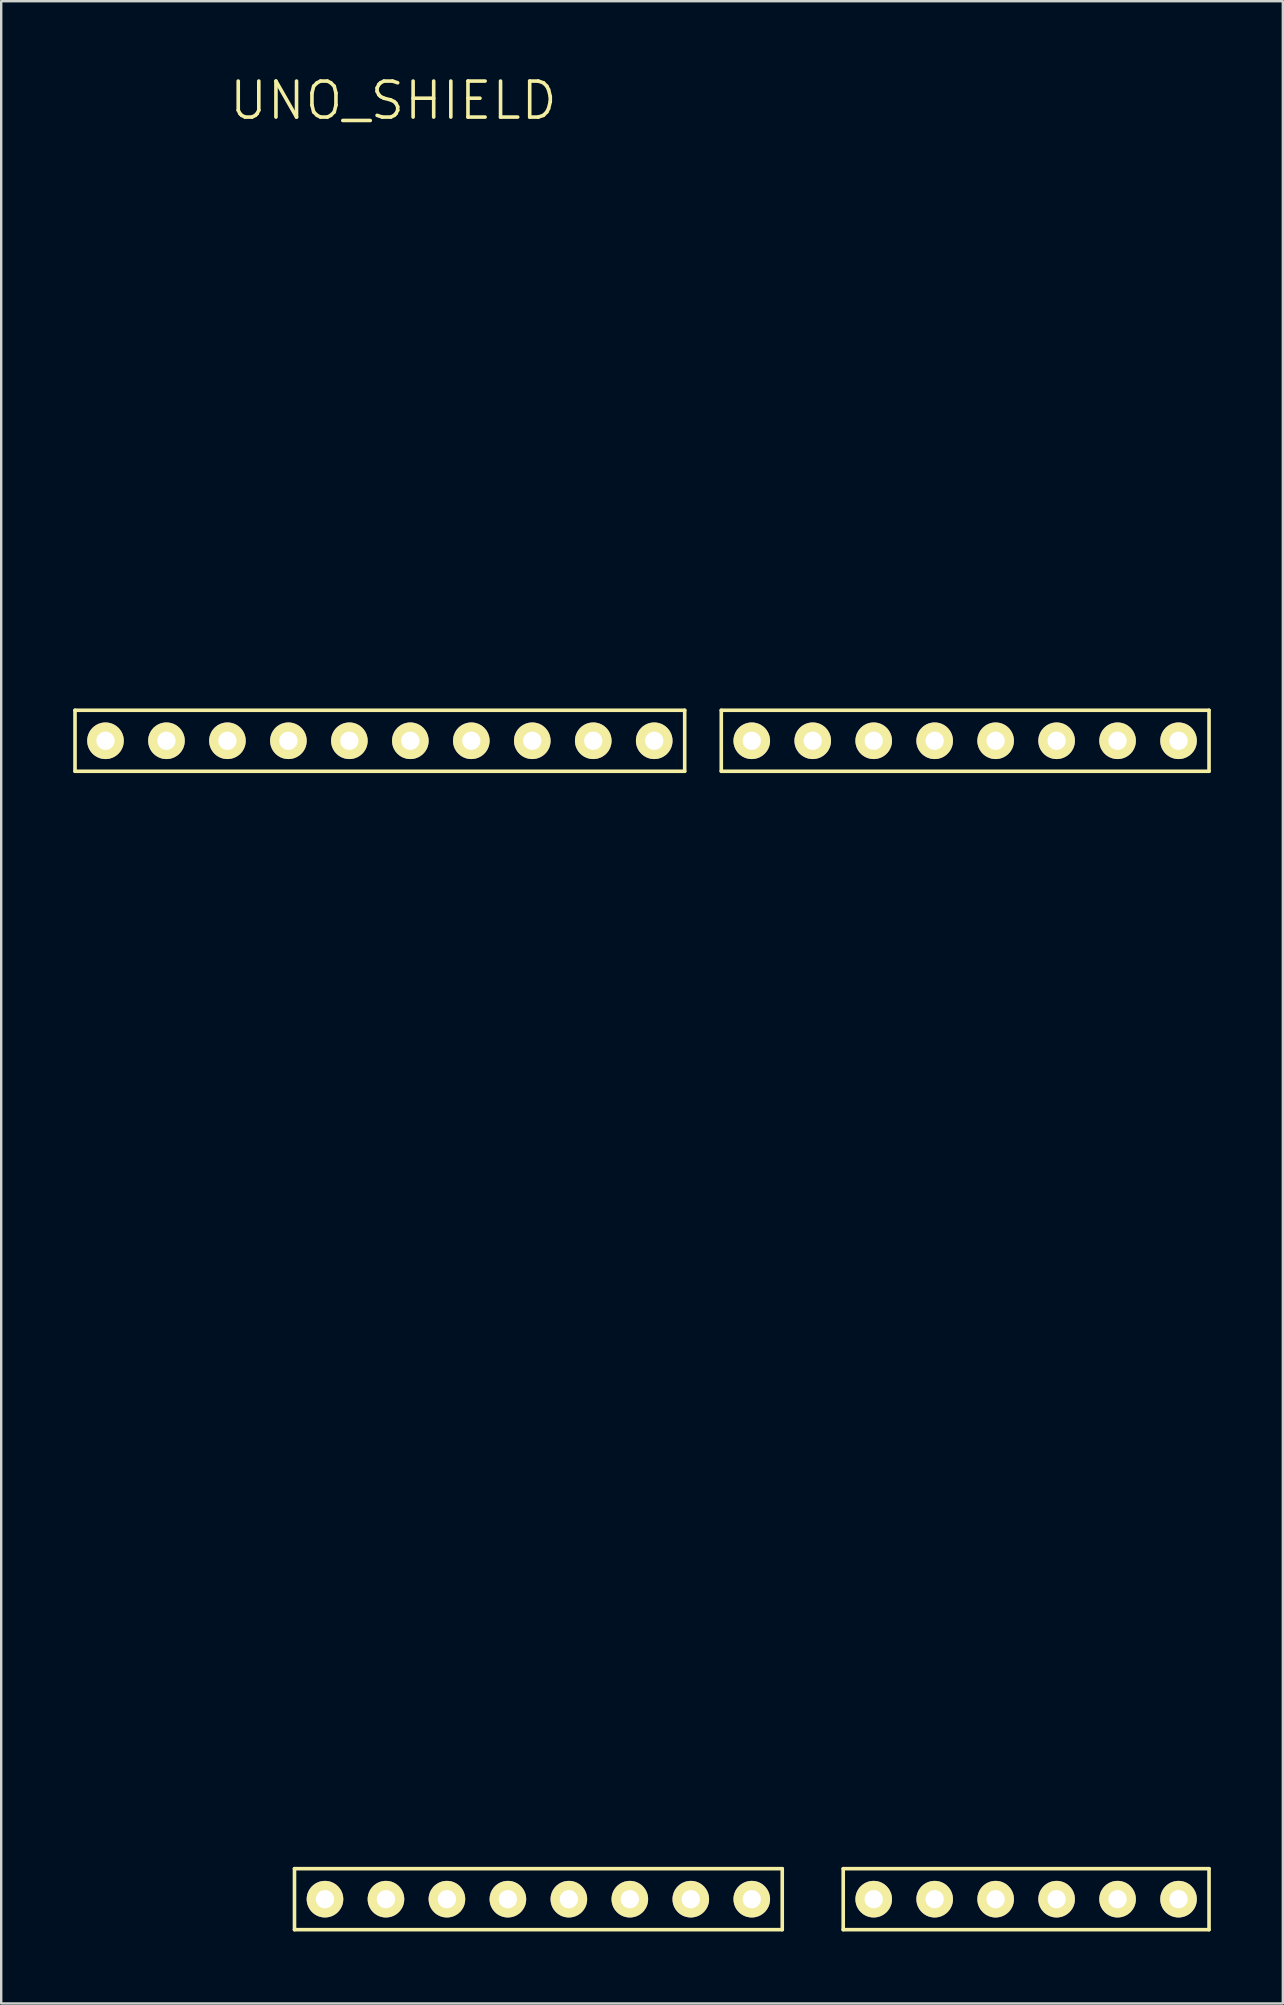
<source format=kicad_pcb>
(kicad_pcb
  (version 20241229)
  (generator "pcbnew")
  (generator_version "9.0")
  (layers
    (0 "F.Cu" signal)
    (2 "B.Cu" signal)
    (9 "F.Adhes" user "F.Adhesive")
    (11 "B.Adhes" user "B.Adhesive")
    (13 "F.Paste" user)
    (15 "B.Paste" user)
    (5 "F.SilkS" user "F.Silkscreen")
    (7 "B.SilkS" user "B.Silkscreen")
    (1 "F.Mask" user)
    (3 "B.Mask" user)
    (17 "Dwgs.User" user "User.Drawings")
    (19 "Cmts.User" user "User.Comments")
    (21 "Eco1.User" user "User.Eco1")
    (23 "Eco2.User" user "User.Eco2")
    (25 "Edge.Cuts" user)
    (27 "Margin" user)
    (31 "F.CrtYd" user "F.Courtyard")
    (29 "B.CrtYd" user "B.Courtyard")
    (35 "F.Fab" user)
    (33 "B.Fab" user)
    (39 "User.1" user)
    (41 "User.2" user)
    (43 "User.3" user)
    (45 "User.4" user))
  (footprint "UNO_SHIELD"
    (layer "F.Cu")
    (at 16.839 51.941)
    (property "Reference" "UNO_SHIELD" (at -3.5 -50.8 0) (layer "F.SilkS") (effects (font (size 1.5 1.5) (thickness 0.15))))
    (attr through_hole)
    (fp_line (start -16.764 -25.4) (end 8.636 -25.4) (stroke (width 0.15) (type solid)) (layer "F.SilkS"))
    (fp_line (start -16.764 -22.86) (end -16.764 -25.4) (stroke (width 0.15) (type solid)) (layer "F.SilkS"))
    (fp_line (start -7.62 22.86) (end 12.7 22.86) (stroke (width 0.15) (type solid)) (layer "F.SilkS"))
    (fp_line (start -7.62 25.4) (end -7.62 22.86) (stroke (width 0.15) (type solid)) (layer "F.SilkS"))
    (fp_line (start 8.636 -25.4) (end 8.636 -22.86) (stroke (width 0.15) (type solid)) (layer "F.SilkS"))
    (fp_line (start 8.636 -22.86) (end -16.764 -22.86) (stroke (width 0.15) (type solid)) (layer "F.SilkS"))
    (fp_line (start 10.16 -25.4) (end 30.48 -25.4) (stroke (width 0.15) (type solid)) (layer "F.SilkS"))
    (fp_line (start 10.16 -22.86) (end 10.16 -25.4) (stroke (width 0.15) (type solid)) (layer "F.SilkS"))
    (fp_line (start 12.7 22.86) (end 12.7 25.4) (stroke (width 0.15) (type solid)) (layer "F.SilkS"))
    (fp_line (start 12.7 25.4) (end -7.62 25.4) (stroke (width 0.15) (type solid)) (layer "F.SilkS"))
    (fp_line (start 15.24 22.86) (end 30.48 22.86) (stroke (width 0.15) (type solid)) (layer "F.SilkS"))
    (fp_line (start 15.24 25.4) (end 15.24 22.86) (stroke (width 0.15) (type solid)) (layer "F.SilkS"))
    (fp_line (start 30.48 -25.4) (end 30.48 -22.86) (stroke (width 0.15) (type solid)) (layer "F.SilkS"))
    (fp_line (start 30.48 -22.86) (end 10.16 -22.86) (stroke (width 0.15) (type solid)) (layer "F.SilkS"))
    (fp_line (start 30.48 22.86) (end 30.48 25.4) (stroke (width 0.15) (type solid)) (layer "F.SilkS"))
    (fp_line (start 30.48 25.4) (end 15.24 25.4) (stroke (width 0.15) (type solid)) (layer "F.SilkS"))
    (pad "0" thru_hole circle (at 29.21 -24.13) (size 1.524 1.524) (drill 0.762) (layers "*.Cu" "*.Mask" "F.SilkS"))
    (pad "1" thru_hole circle (at 26.67 -24.13) (size 1.524 1.524) (drill 0.762) (layers "*.Cu" "*.Mask" "F.SilkS"))
    (pad "2" thru_hole circle (at 24.13 -24.13) (size 1.524 1.524) (drill 0.762) (layers "*.Cu" "*.Mask" "F.SilkS"))
    (pad "3" thru_hole circle (at 21.59 -24.13) (size 1.524 1.524) (drill 0.762) (layers "*.Cu" "*.Mask" "F.SilkS"))
    (pad "3V3" thru_hole circle (at 1.27 24.13) (size 1.524 1.524) (drill 0.762) (layers "*.Cu" "*.Mask" "F.SilkS"))
    (pad "4" thru_hole circle (at 19.05 -24.13) (size 1.524 1.524) (drill 0.762) (layers "*.Cu" "*.Mask" "F.SilkS"))
    (pad "5" thru_hole circle (at 16.51 -24.13) (size 1.524 1.524) (drill 0.762) (layers "*.Cu" "*.Mask" "F.SilkS"))
    (pad "5V" thru_hole circle (at 3.81 24.13) (size 1.524 1.524) (drill 0.762) (layers "*.Cu" "*.Mask" "F.SilkS"))
    (pad "6" thru_hole circle (at 13.97 -24.13) (size 1.524 1.524) (drill 0.762) (layers "*.Cu" "*.Mask" "F.SilkS"))
    (pad "7" thru_hole circle (at 11.43 -24.13) (size 1.524 1.524) (drill 0.762) (layers "*.Cu" "*.Mask" "F.SilkS"))
    (pad "8" thru_hole circle (at 7.366 -24.13) (size 1.524 1.524) (drill 0.762) (layers "*.Cu" "*.Mask" "F.SilkS"))
    (pad "9" thru_hole circle (at 4.826 -24.13) (size 1.524 1.524) (drill 0.762) (layers "*.Cu" "*.Mask" "F.SilkS"))
    (pad "10" thru_hole circle (at 2.286 -24.13) (size 1.524 1.524) (drill 0.762) (layers "*.Cu" "*.Mask" "F.SilkS"))
    (pad "11" thru_hole circle (at -0.254 -24.13) (size 1.524 1.524) (drill 0.762) (layers "*.Cu" "*.Mask" "F.SilkS"))
    (pad "12" thru_hole circle (at -2.794 -24.13) (size 1.524 1.524) (drill 0.762) (layers "*.Cu" "*.Mask" "F.SilkS"))
    (pad "13" thru_hole circle (at -5.334 -24.13) (size 1.524 1.524) (drill 0.762) (layers "*.Cu" "*.Mask" "F.SilkS"))
    (pad "A0" thru_hole circle (at 16.51 24.13) (size 1.524 1.524) (drill 0.762) (layers "*.Cu" "*.Mask" "F.SilkS"))
    (pad "A1" thru_hole circle (at 19.05 24.13) (size 1.524 1.524) (drill 0.762) (layers "*.Cu" "*.Mask" "F.SilkS"))
    (pad "A2" thru_hole circle (at 21.59 24.13) (size 1.524 1.524) (drill 0.762) (layers "*.Cu" "*.Mask" "F.SilkS"))
    (pad "A3" thru_hole circle (at 24.13 24.13) (size 1.524 1.524) (drill 0.762) (layers "*.Cu" "*.Mask" "F.SilkS"))
    (pad "A4" thru_hole circle (at 26.67 24.13) (size 1.524 1.524) (drill 0.762) (layers "*.Cu" "*.Mask" "F.SilkS"))
    (pad "A5" thru_hole circle (at 29.21 24.13) (size 1.524 1.524) (drill 0.762) (layers "*.Cu" "*.Mask" "F.SilkS"))
    (pad "AREF" thru_hole circle (at -10.414 -24.13) (size 1.524 1.524) (drill 0.762) (layers "*.Cu" "*.Mask" "F.SilkS"))
    (pad "GND1" thru_hole circle (at 6.35 24.13) (size 1.524 1.524) (drill 0.762) (layers "*.Cu" "*.Mask" "F.SilkS"))
    (pad "GND2" thru_hole circle (at 8.89 24.13) (size 1.524 1.524) (drill 0.762) (layers "*.Cu" "*.Mask" "F.SilkS"))
    (pad "GND3" thru_hole circle (at -7.874 -24.13) (size 1.524 1.524) (drill 0.762) (layers "*.Cu" "*.Mask" "F.SilkS"))
    (pad "IREF" thru_hole circle (at -3.81 24.13) (size 1.524 1.524) (drill 0.762) (layers "*.Cu" "*.Mask" "F.SilkS"))
    (pad "NC" thru_hole circle (at -6.35 24.13) (size 1.524 1.524) (drill 0.762) (layers "*.Cu" "*.Mask" "F.SilkS"))
    (pad "RST" thru_hole circle (at -1.27 24.13) (size 1.524 1.524) (drill 0.762) (layers "*.Cu" "*.Mask" "F.SilkS"))
    (pad "SCL" thru_hole circle (at -15.494 -24.13) (size 1.524 1.524) (drill 0.762) (layers "*.Cu" "*.Mask" "F.SilkS"))
    (pad "SDA" thru_hole circle (at -12.954 -24.13) (size 1.524 1.524) (drill 0.762) (layers "*.Cu" "*.Mask" "F.SilkS"))
    (pad "VIN" thru_hole circle (at 11.43 24.13) (size 1.524 1.524) (drill 0.762) (layers "*.Cu" "*.Mask" "F.SilkS")))
  (gr_rect
    (start -3 -3)
    (end 50.394 80.416)
    (stroke (width 0.1) (type default))
    (fill no)
    (layer "Edge.Cuts")))
</source>
